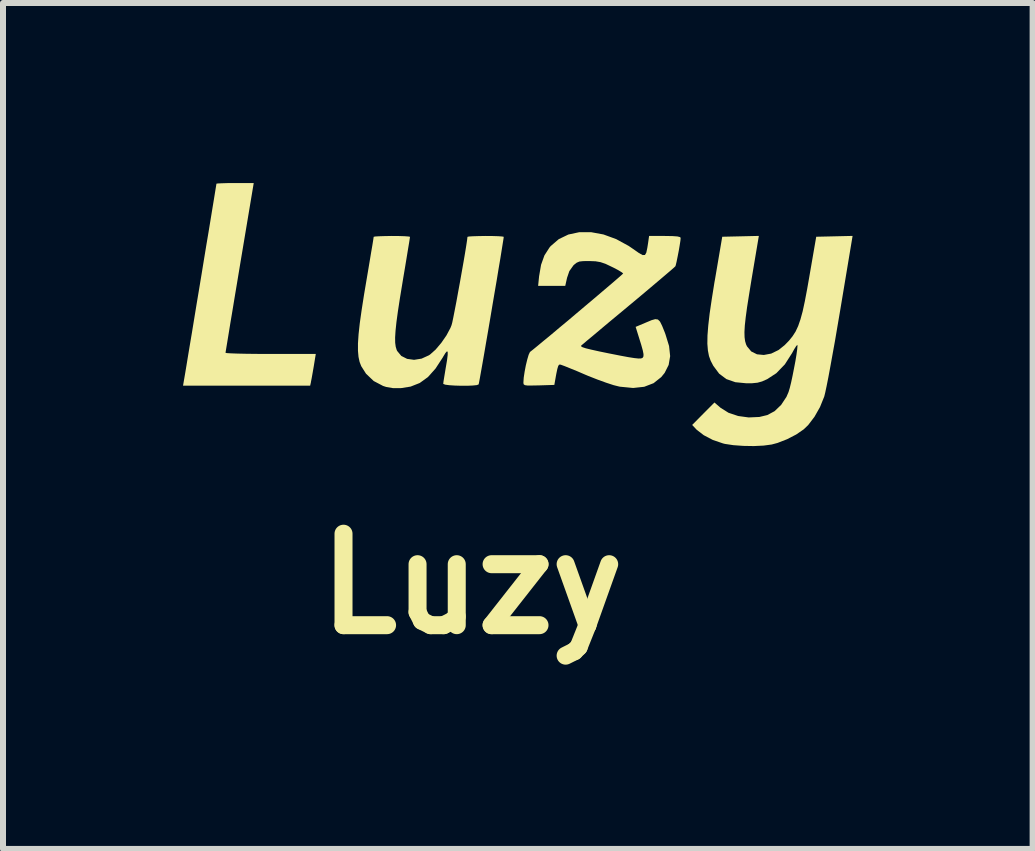
<source format=kicad_pcb>
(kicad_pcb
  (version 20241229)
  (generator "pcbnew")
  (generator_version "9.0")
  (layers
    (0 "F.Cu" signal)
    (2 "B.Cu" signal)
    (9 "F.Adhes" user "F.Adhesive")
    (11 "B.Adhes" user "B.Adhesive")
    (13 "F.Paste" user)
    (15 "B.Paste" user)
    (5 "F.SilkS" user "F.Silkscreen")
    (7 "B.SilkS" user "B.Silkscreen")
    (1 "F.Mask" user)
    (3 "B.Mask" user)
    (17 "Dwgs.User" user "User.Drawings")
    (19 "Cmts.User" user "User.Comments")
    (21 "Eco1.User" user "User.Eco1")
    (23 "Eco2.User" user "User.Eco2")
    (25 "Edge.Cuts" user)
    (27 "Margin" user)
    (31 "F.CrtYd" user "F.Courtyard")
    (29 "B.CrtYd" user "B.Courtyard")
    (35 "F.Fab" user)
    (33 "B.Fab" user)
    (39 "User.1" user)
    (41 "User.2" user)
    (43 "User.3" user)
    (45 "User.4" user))
  (footprint "Luzy"
    (layer "F.Cu")
    (at 4.815 6.678)
    (property "Reference" "Luzy" (at 0 0 0) (layer "F.SilkS") (effects (font (size 1.524 1.524) (thickness 0.3))))
    (attr board_only exclude_from_pos_files exclude_from_bom)
    (fp_poly (pts (xy -3.872 -5.273) (xy -3.915 -5.013) (xy -3.956 -4.768) (xy -3.993 -4.543) (xy -4.027 -4.341) (xy -4.055 -4.168) (xy -4.078 -4.028) (xy -4.095 -3.925) (xy -4.105 -3.864) (xy -4.107 -3.849) (xy -4.083 -3.844) (xy -4.015 -3.84) (xy -3.908 -3.836) (xy -3.77 -3.833) (xy -3.606 -3.831) (xy -3.423 -3.83) (xy -3.355 -3.83) (xy -2.603 -3.83) (xy -2.637 -3.622) (xy -2.655 -3.518) (xy -2.671 -3.428) (xy -2.683 -3.367) (xy -2.684 -3.358) (xy -2.697 -3.301) (xy -4.815 -3.301) (xy -4.801 -3.383) (xy -4.793 -3.429) (xy -4.778 -3.517) (xy -4.757 -3.643) (xy -4.731 -3.802) (xy -4.7 -3.988) (xy -4.665 -4.196) (xy -4.628 -4.422) (xy -4.589 -4.66) (xy -4.548 -4.905) (xy -4.507 -5.153) (xy -4.467 -5.398) (xy -4.428 -5.636) (xy -4.39 -5.861) (xy -4.356 -6.068) (xy -4.326 -6.252) (xy -4.3 -6.409) (xy -4.28 -6.533) (xy -4.266 -6.619) (xy -4.259 -6.663) (xy -4.259 -6.667) (xy -4.235 -6.671) (xy -4.171 -6.674) (xy -4.075 -6.677) (xy -3.958 -6.678) (xy -3.948 -6.678) (xy -3.637 -6.678)) (stroke (width 0) (type solid)) (fill yes) (layer "F.SilkS"))
    (fp_poly (pts (xy 4.658 -5.072) (xy 4.617 -4.819) (xy 4.584 -4.61) (xy 4.561 -4.44) (xy 4.546 -4.303) (xy 4.54 -4.195) (xy 4.542 -4.11) (xy 4.551 -4.043) (xy 4.567 -3.989) (xy 4.583 -3.956) (xy 4.653 -3.872) (xy 4.749 -3.824) (xy 4.863 -3.813) (xy 4.986 -3.836) (xy 5.109 -3.896) (xy 5.21 -3.977) (xy 5.282 -4.051) (xy 5.341 -4.124) (xy 5.392 -4.203) (xy 5.435 -4.295) (xy 5.473 -4.405) (xy 5.51 -4.54) (xy 5.546 -4.707) (xy 5.585 -4.912) (xy 5.618 -5.1) (xy 5.736 -5.783) (xy 6.342 -5.797) (xy 6.133 -4.543) (xy 6.09 -4.291) (xy 6.049 -4.049) (xy 6.008 -3.823) (xy 5.971 -3.618) (xy 5.938 -3.44) (xy 5.909 -3.294) (xy 5.886 -3.186) (xy 5.87 -3.121) (xy 5.868 -3.116) (xy 5.799 -2.945) (xy 5.707 -2.783) (xy 5.602 -2.645) (xy 5.528 -2.574) (xy 5.403 -2.488) (xy 5.25 -2.409) (xy 5.091 -2.347) (xy 4.994 -2.321) (xy 4.86 -2.303) (xy 4.697 -2.295) (xy 4.522 -2.298) (xy 4.355 -2.31) (xy 4.215 -2.331) (xy 4.183 -2.339) (xy 4.013 -2.397) (xy 3.862 -2.476) (xy 3.744 -2.567) (xy 3.731 -2.581) (xy 3.669 -2.647) (xy 3.854 -2.834) (xy 4.04 -3.021) (xy 4.142 -2.933) (xy 4.274 -2.85) (xy 4.435 -2.796) (xy 4.611 -2.772) (xy 4.789 -2.78) (xy 4.922 -2.812) (xy 5.043 -2.877) (xy 5.152 -2.982) (xy 5.24 -3.115) (xy 5.275 -3.196) (xy 5.295 -3.262) (xy 5.318 -3.356) (xy 5.342 -3.468) (xy 5.366 -3.59) (xy 5.389 -3.71) (xy 5.407 -3.819) (xy 5.419 -3.907) (xy 5.424 -3.964) (xy 5.421 -3.981) (xy 5.402 -3.961) (xy 5.368 -3.907) (xy 5.333 -3.843) (xy 5.213 -3.656) (xy 5.071 -3.509) (xy 4.919 -3.41) (xy 4.834 -3.372) (xy 4.758 -3.351) (xy 4.669 -3.342) (xy 4.574 -3.341) (xy 4.389 -3.359) (xy 4.239 -3.411) (xy 4.118 -3.502) (xy 4.02 -3.634) (xy 3.977 -3.717) (xy 3.949 -3.795) (xy 3.931 -3.888) (xy 3.922 -4.001) (xy 3.924 -4.137) (xy 3.937 -4.303) (xy 3.96 -4.503) (xy 3.995 -4.741) (xy 4.04 -5.023) (xy 4.05 -5.077) (xy 4.17 -5.783) (xy 4.475 -5.79) (xy 4.78 -5.797)) (stroke (width 0) (type solid)) (fill yes) (layer "F.SilkS"))
    (fp_poly (pts (xy 0.344 -5.795) (xy 0.439 -5.792) (xy 0.504 -5.787) (xy 0.529 -5.782) (xy 0.529 -5.782) (xy 0.525 -5.75) (xy 0.513 -5.675) (xy 0.495 -5.563) (xy 0.472 -5.419) (xy 0.443 -5.249) (xy 0.412 -5.059) (xy 0.377 -4.855) (xy 0.341 -4.643) (xy 0.305 -4.428) (xy 0.269 -4.217) (xy 0.234 -4.015) (xy 0.202 -3.828) (xy 0.173 -3.662) (xy 0.148 -3.522) (xy 0.129 -3.415) (xy 0.116 -3.347) (xy 0.111 -3.323) (xy 0.081 -3.311) (xy 0.014 -3.304) (xy -0.077 -3.3) (xy -0.18 -3.3) (xy -0.284 -3.303) (xy -0.376 -3.309) (xy -0.445 -3.318) (xy -0.477 -3.33) (xy -0.479 -3.332) (xy -0.475 -3.37) (xy -0.463 -3.444) (xy -0.447 -3.541) (xy -0.441 -3.578) (xy -0.417 -3.719) (xy -0.405 -3.814) (xy -0.405 -3.864) (xy -0.417 -3.874) (xy -0.443 -3.845) (xy -0.482 -3.781) (xy -0.486 -3.773) (xy -0.608 -3.586) (xy -0.734 -3.445) (xy -0.871 -3.346) (xy -1.023 -3.286) (xy -1.18 -3.261) (xy -1.314 -3.26) (xy -1.43 -3.28) (xy -1.482 -3.297) (xy -1.638 -3.379) (xy -1.766 -3.501) (xy -1.846 -3.627) (xy -1.873 -3.697) (xy -1.891 -3.781) (xy -1.9 -3.882) (xy -1.9 -4.006) (xy -1.89 -4.157) (xy -1.87 -4.341) (xy -1.839 -4.561) (xy -1.798 -4.823) (xy -1.767 -5.007) (xy -1.735 -5.196) (xy -1.706 -5.369) (xy -1.681 -5.52) (xy -1.66 -5.642) (xy -1.646 -5.729) (xy -1.639 -5.776) (xy -1.638 -5.782) (xy -1.614 -5.787) (xy -1.55 -5.791) (xy -1.455 -5.794) (xy -1.339 -5.796) (xy -1.336 -5.796) (xy -1.219 -5.795) (xy -1.123 -5.792) (xy -1.058 -5.787) (xy -1.033 -5.782) (xy -1.033 -5.782) (xy -1.037 -5.754) (xy -1.048 -5.683) (xy -1.066 -5.575) (xy -1.089 -5.435) (xy -1.116 -5.271) (xy -1.147 -5.088) (xy -1.159 -5.014) (xy -1.202 -4.753) (xy -1.235 -4.537) (xy -1.259 -4.36) (xy -1.274 -4.217) (xy -1.281 -4.105) (xy -1.28 -4.017) (xy -1.271 -3.95) (xy -1.255 -3.897) (xy -1.247 -3.88) (xy -1.178 -3.797) (xy -1.081 -3.748) (xy -0.965 -3.732) (xy -0.84 -3.752) (xy -0.719 -3.807) (xy -0.698 -3.821) (xy -0.607 -3.902) (xy -0.512 -4.014) (xy -0.425 -4.14) (xy -0.359 -4.264) (xy -0.341 -4.309) (xy -0.329 -4.353) (xy -0.311 -4.439) (xy -0.288 -4.557) (xy -0.26 -4.701) (xy -0.231 -4.861) (xy -0.2 -5.03) (xy -0.17 -5.2) (xy -0.141 -5.363) (xy -0.116 -5.51) (xy -0.096 -5.633) (xy -0.082 -5.725) (xy -0.076 -5.777) (xy -0.076 -5.781) (xy -0.052 -5.787) (xy 0.012 -5.791) (xy 0.107 -5.794) (xy 0.224 -5.796) (xy 0.227 -5.796)) (stroke (width 0) (type solid)) (fill yes) (layer "F.SilkS"))
    (fp_poly (pts (xy 2.191 -5.821) (xy 2.402 -5.744) (xy 2.611 -5.63) (xy 2.684 -5.58) (xy 2.78 -5.513) (xy 2.843 -5.478) (xy 2.882 -5.479) (xy 2.905 -5.519) (xy 2.922 -5.601) (xy 2.934 -5.676) (xy 2.951 -5.796) (xy 3.214 -5.796) (xy 3.341 -5.794) (xy 3.423 -5.788) (xy 3.467 -5.777) (xy 3.477 -5.764) (xy 3.473 -5.718) (xy 3.461 -5.641) (xy 3.445 -5.547) (xy 3.426 -5.45) (xy 3.409 -5.366) (xy 3.395 -5.308) (xy 3.389 -5.291) (xy 3.367 -5.27) (xy 3.31 -5.22) (xy 3.223 -5.146) (xy 3.11 -5.05) (xy 2.975 -4.936) (xy 2.823 -4.808) (xy 2.658 -4.67) (xy 2.613 -4.633) (xy 2.444 -4.492) (xy 2.286 -4.361) (xy 2.144 -4.242) (xy 2.023 -4.14) (xy 1.925 -4.059) (xy 1.857 -4.001) (xy 1.822 -3.972) (xy 1.819 -3.969) (xy 1.818 -3.957) (xy 1.842 -3.942) (xy 1.897 -3.924) (xy 1.987 -3.902) (xy 2.117 -3.873) (xy 2.292 -3.837) (xy 2.298 -3.836) (xy 2.475 -3.801) (xy 2.61 -3.776) (xy 2.707 -3.761) (xy 2.774 -3.754) (xy 2.816 -3.755) (xy 2.839 -3.763) (xy 2.843 -3.766) (xy 2.857 -3.789) (xy 2.858 -3.827) (xy 2.846 -3.889) (xy 2.819 -3.986) (xy 2.802 -4.04) (xy 2.727 -4.281) (xy 2.907 -4.357) (xy 2.993 -4.393) (xy 3.054 -4.41) (xy 3.098 -4.404) (xy 3.133 -4.369) (xy 3.168 -4.299) (xy 3.212 -4.19) (xy 3.225 -4.154) (xy 3.284 -3.962) (xy 3.302 -3.794) (xy 3.277 -3.647) (xy 3.21 -3.514) (xy 3.153 -3.444) (xy 3.026 -3.343) (xy 2.87 -3.283) (xy 2.685 -3.263) (xy 2.469 -3.284) (xy 2.452 -3.287) (xy 2.36 -3.31) (xy 2.235 -3.351) (xy 2.089 -3.404) (xy 1.934 -3.465) (xy 1.882 -3.487) (xy 1.752 -3.543) (xy 1.636 -3.59) (xy 1.545 -3.627) (xy 1.485 -3.649) (xy 1.466 -3.654) (xy 1.449 -3.649) (xy 1.436 -3.627) (xy 1.422 -3.58) (xy 1.405 -3.499) (xy 1.392 -3.427) (xy 1.372 -3.314) (xy 1.114 -3.306) (xy 0.998 -3.304) (xy 0.924 -3.304) (xy 0.882 -3.31) (xy 0.862 -3.323) (xy 0.857 -3.344) (xy 0.857 -3.357) (xy 0.862 -3.435) (xy 0.877 -3.534) (xy 0.897 -3.639) (xy 0.921 -3.738) (xy 0.944 -3.816) (xy 0.965 -3.861) (xy 0.969 -3.865) (xy 1.016 -3.902) (xy 1.093 -3.965) (xy 1.194 -4.049) (xy 1.316 -4.149) (xy 1.451 -4.263) (xy 1.597 -4.384) (xy 1.747 -4.511) (xy 1.896 -4.637) (xy 2.041 -4.759) (xy 2.175 -4.873) (xy 2.294 -4.974) (xy 2.392 -5.058) (xy 2.466 -5.122) (xy 2.509 -5.161) (xy 2.519 -5.171) (xy 2.498 -5.189) (xy 2.443 -5.223) (xy 2.362 -5.266) (xy 2.329 -5.282) (xy 2.224 -5.332) (xy 2.141 -5.36) (xy 2.059 -5.374) (xy 1.958 -5.378) (xy 1.953 -5.378) (xy 1.854 -5.377) (xy 1.79 -5.37) (xy 1.745 -5.351) (xy 1.703 -5.318) (xy 1.691 -5.307) (xy 1.622 -5.21) (xy 1.584 -5.099) (xy 1.554 -4.964) (xy 1.102 -4.964) (xy 1.118 -5.124) (xy 1.151 -5.316) (xy 1.207 -5.472) (xy 1.291 -5.603) (xy 1.311 -5.627) (xy 1.446 -5.743) (xy 1.606 -5.82) (xy 1.788 -5.859) (xy 1.985 -5.859)) (stroke (width 0) (type solid)) (fill yes) (layer "F.SilkS")))
  (gr_rect
    (start -3 -3)
    (end 14.157 11.096)
    (stroke (width 0.1) (type default))
    (fill no)
    (layer "Edge.Cuts")))
</source>
